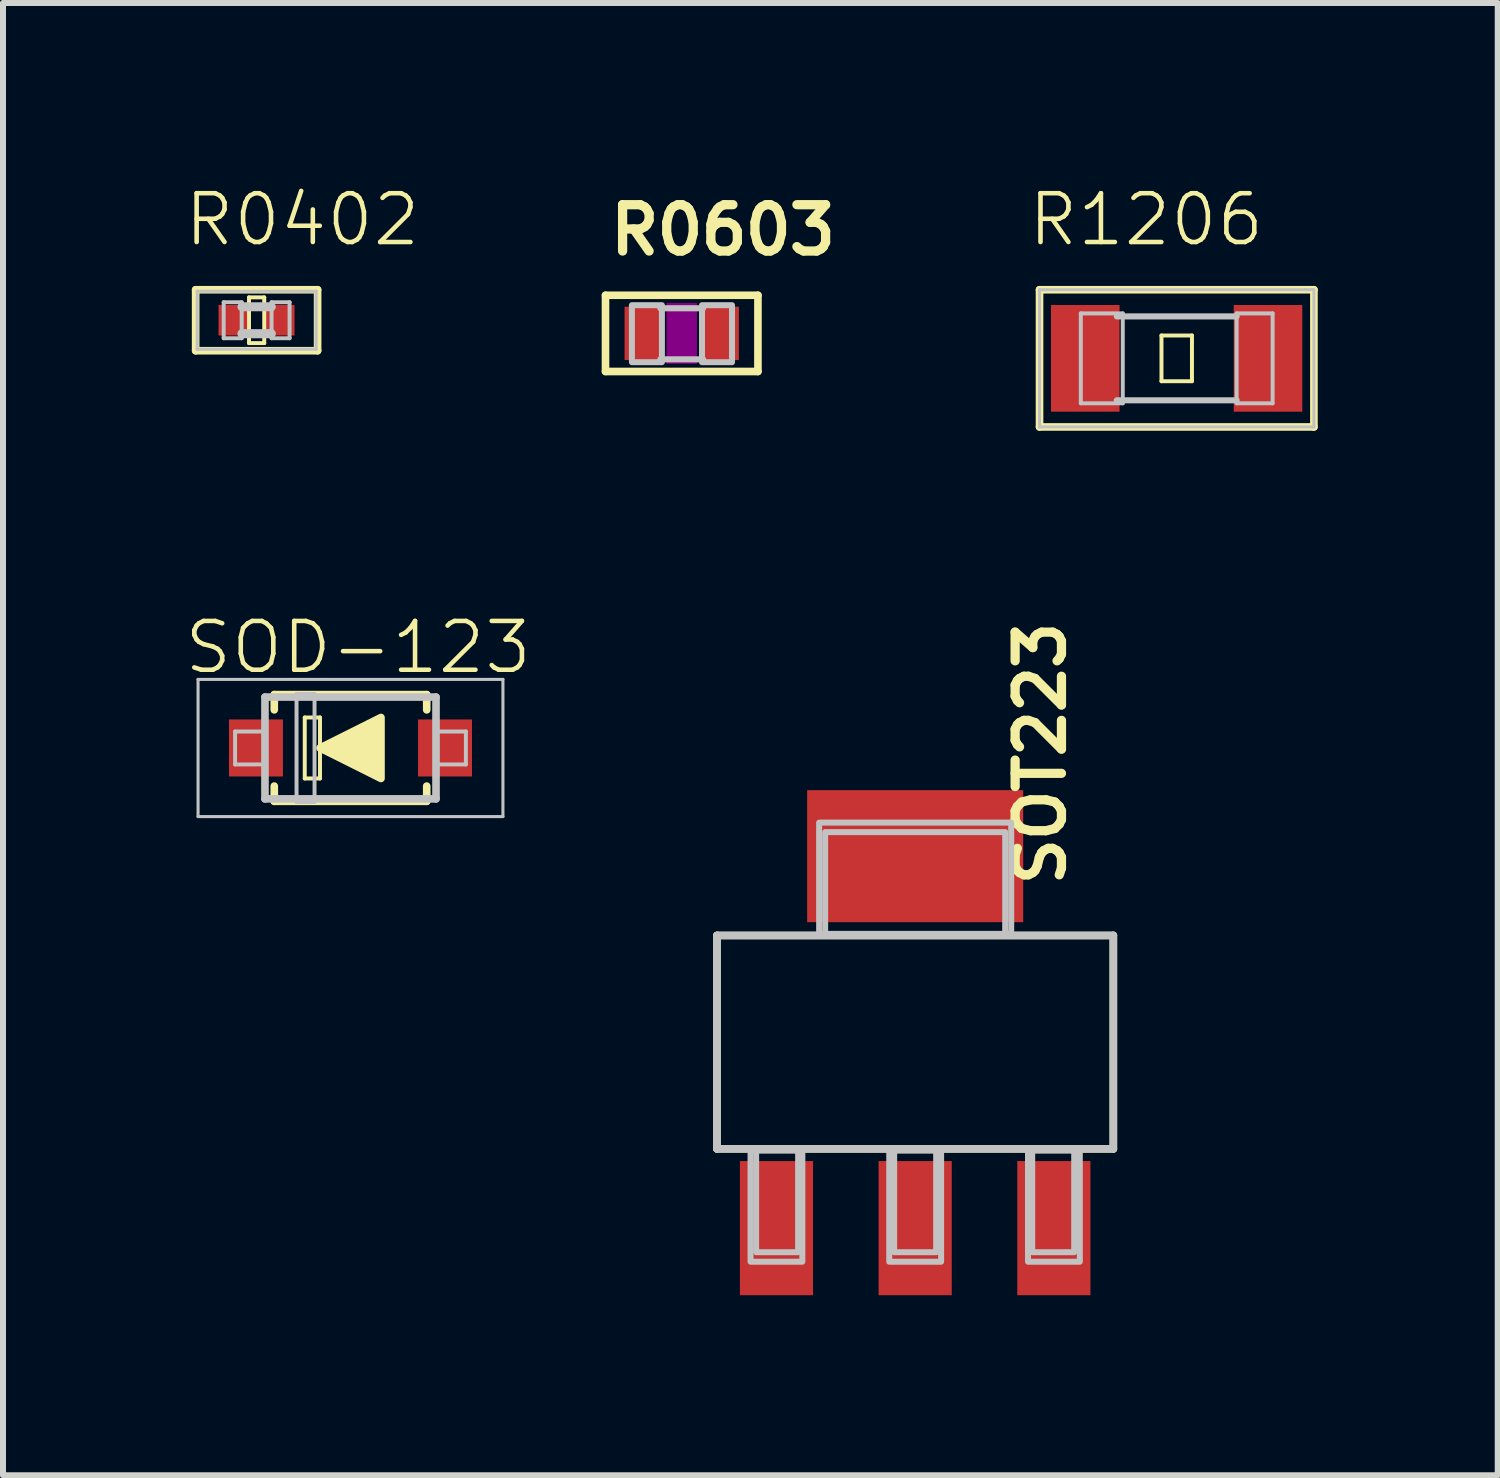
<source format=kicad_pcb>
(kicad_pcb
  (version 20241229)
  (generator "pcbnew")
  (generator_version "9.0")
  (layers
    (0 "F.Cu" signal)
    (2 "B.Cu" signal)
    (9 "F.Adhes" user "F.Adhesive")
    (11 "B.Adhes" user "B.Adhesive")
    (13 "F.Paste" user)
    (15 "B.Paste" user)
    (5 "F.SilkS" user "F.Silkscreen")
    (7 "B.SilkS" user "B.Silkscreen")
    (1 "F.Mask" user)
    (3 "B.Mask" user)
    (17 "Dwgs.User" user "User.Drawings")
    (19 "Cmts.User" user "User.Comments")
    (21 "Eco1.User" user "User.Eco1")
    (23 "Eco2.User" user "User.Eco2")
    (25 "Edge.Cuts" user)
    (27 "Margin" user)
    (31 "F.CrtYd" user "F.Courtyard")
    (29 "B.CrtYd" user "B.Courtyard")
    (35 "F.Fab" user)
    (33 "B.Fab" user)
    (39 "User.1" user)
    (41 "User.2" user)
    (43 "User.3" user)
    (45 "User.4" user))
  (footprint "R0603"
    (layer "F.Cu")
    (at 8.309 2.505)
    (property "Reference" "R0603" (at -1.27 -1.27 0) (layer "F.SilkS") (effects (font (size 0.772 0.772) (thickness 0.154)) (justify left bottom)))
    (attr through_hole)
    (fp_line (start -1.27 -0.635) (end 1.27 -0.635) (stroke (width 0.127) (type solid)) (layer "F.SilkS"))
    (fp_line (start -1.27 0.635) (end -1.27 -0.635) (stroke (width 0.127) (type solid)) (layer "F.SilkS"))
    (fp_line (start 1.27 -0.635) (end 1.27 0.635) (stroke (width 0.127) (type solid)) (layer "F.SilkS"))
    (fp_line (start 1.27 0.635) (end -1.27 0.635) (stroke (width 0.127) (type solid)) (layer "F.SilkS"))
    (fp_poly (pts (xy -0.254 0.508) (xy 0.254 0.508) (xy 0.254 -0.508) (xy -0.254 -0.508)) (stroke (width 0) (type solid)) (fill yes) (layer "F.Adhes"))
    (fp_line (start 0.356 -0.419) (end -0.356 -0.419) (stroke (width 0.102) (type solid)) (layer "Dwgs.User"))
    (fp_line (start 0.356 0.432) (end -0.356 0.432) (stroke (width 0.102) (type solid)) (layer "Dwgs.User"))
    (fp_poly (pts (xy -0.83 0.48) (xy -0.33 0.48) (xy -0.33 -0.47) (xy -0.83 -0.47)) (stroke (width 0.1) (type solid)) (fill no) (layer "Dwgs.User"))
    (fp_poly (pts (xy 0.338 0.48) (xy 0.838 0.48) (xy 0.838 -0.47) (xy 0.338 -0.47)) (stroke (width 0.1) (type solid)) (fill no) (layer "Dwgs.User"))
    (pad "1" smd rect (at -0.635 0 90) (size 0.889 0.635) (layers "F.Cu" "F.Mask" "F.Paste"))
    (pad "2" smd rect (at 0.635 0 90) (size 0.889 0.635) (layers "F.Cu" "F.Mask" "F.Paste")))
  (footprint "R1206"
    (layer "F.Cu")
    (at 16.557 2.921)
    (property "Reference" "R1206" (at -0.508 -2.311 0) (layer "F.SilkS") (effects (font (size 0.813 0.813) (thickness 0.076))))
    (attr smd)
    (fp_line (start -2.286 -1.143) (end -2.286 1.143) (stroke (width 0.127) (type solid)) (layer "F.SilkS"))
    (fp_line (start -2.286 1.143) (end 2.286 1.143) (stroke (width 0.127) (type solid)) (layer "F.SilkS"))
    (fp_line (start -0.254 -0.381) (end 0.254 -0.381) (stroke (width 0.066) (type solid)) (layer "F.SilkS"))
    (fp_line (start -0.254 0.381) (end -0.254 -0.381) (stroke (width 0.066) (type solid)) (layer "F.SilkS"))
    (fp_line (start -0.254 0.381) (end 0.254 0.381) (stroke (width 0.066) (type solid)) (layer "F.SilkS"))
    (fp_line (start 0.254 0.381) (end 0.254 -0.381) (stroke (width 0.066) (type solid)) (layer "F.SilkS"))
    (fp_line (start 2.286 -1.143) (end -2.286 -1.143) (stroke (width 0.127) (type solid)) (layer "F.SilkS"))
    (fp_line (start 2.286 1.143) (end 2.286 -1.143) (stroke (width 0.127) (type solid)) (layer "F.SilkS"))
    (fp_line (start -2.286 -1.143) (end 2.286 -1.143) (stroke (width 0.051) (type solid)) (layer "Dwgs.User"))
    (fp_line (start -2.286 1.143) (end -2.286 -1.143) (stroke (width 0.051) (type solid)) (layer "Dwgs.User"))
    (fp_line (start -1.598 -0.749) (end -0.899 -0.749) (stroke (width 0.066) (type solid)) (layer "Dwgs.User"))
    (fp_line (start -1.598 0.749) (end -1.598 -0.749) (stroke (width 0.066) (type solid)) (layer "Dwgs.User"))
    (fp_line (start -1.598 0.749) (end -0.899 0.749) (stroke (width 0.066) (type solid)) (layer "Dwgs.User"))
    (fp_line (start -0.998 -0.699) (end 0.998 -0.699) (stroke (width 0.102) (type solid)) (layer "Dwgs.User"))
    (fp_line (start -0.998 0.699) (end 0.998 0.699) (stroke (width 0.102) (type solid)) (layer "Dwgs.User"))
    (fp_line (start -0.899 0.749) (end -0.899 -0.749) (stroke (width 0.066) (type solid)) (layer "Dwgs.User"))
    (fp_line (start 0.998 -0.749) (end 1.598 -0.749) (stroke (width 0.066) (type solid)) (layer "Dwgs.User"))
    (fp_line (start 0.998 0.749) (end 0.998 -0.749) (stroke (width 0.066) (type solid)) (layer "Dwgs.User"))
    (fp_line (start 0.998 0.749) (end 1.598 0.749) (stroke (width 0.066) (type solid)) (layer "Dwgs.User"))
    (fp_line (start 1.598 0.749) (end 1.598 -0.749) (stroke (width 0.066) (type solid)) (layer "Dwgs.User"))
    (fp_line (start 2.286 -1.143) (end 2.286 1.143) (stroke (width 0.051) (type solid)) (layer "Dwgs.User"))
    (fp_line (start 2.286 1.143) (end -2.286 1.143) (stroke (width 0.051) (type solid)) (layer "Dwgs.User"))
    (pad "1" smd rect (at -1.524 0) (size 1.143 1.778) (layers "F.Cu" "F.Mask" "F.Paste"))
    (pad "2" smd rect (at 1.521 0) (size 1.143 1.778) (layers "F.Cu" "F.Mask" "F.Paste")))
  (footprint "SOT223"
    (layer "F.Cu")
    (at 12.199 14.315)
    (property "Reference" "SOT223" (at 2.54 -2.54 90) (layer "F.SilkS") (effects (font (size 0.772 0.772) (thickness 0.154)) (justify left bottom)))
    (attr through_hole)
    (fp_line (start -3.302 -1.778) (end 3.302 -1.778) (stroke (width 0.127) (type solid)) (layer "F.SilkS"))
    (fp_line (start -3.302 1.778) (end -3.302 -1.778) (stroke (width 0.127) (type solid)) (layer "F.SilkS"))
    (fp_line (start 3.302 -1.778) (end 3.302 1.778) (stroke (width 0.127) (type solid)) (layer "F.SilkS"))
    (fp_line (start 3.302 1.778) (end -3.302 1.778) (stroke (width 0.127) (type solid)) (layer "F.SilkS"))
    (fp_line (start -3.302 -1.778) (end 3.302 -1.778) (stroke (width 0.127) (type solid)) (layer "Dwgs.User"))
    (fp_line (start -3.302 1.778) (end -3.302 -1.778) (stroke (width 0.127) (type solid)) (layer "Dwgs.User"))
    (fp_line (start 3.302 -1.778) (end 3.302 1.778) (stroke (width 0.127) (type solid)) (layer "Dwgs.User"))
    (fp_line (start 3.302 1.778) (end -3.302 1.778) (stroke (width 0.127) (type solid)) (layer "Dwgs.User"))
    (fp_poly (pts (xy -2.743 3.658) (xy -1.88 3.658) (xy -1.88 1.803) (xy -2.743 1.803)) (stroke (width 0.1) (type solid)) (fill no) (layer "Dwgs.User"))
    (fp_poly (pts (xy -2.65 3.5) (xy -1.95 3.5) (xy -1.95 1.803) (xy -2.65 1.803)) (stroke (width 0.1) (type solid)) (fill no) (layer "Dwgs.User"))
    (fp_poly (pts (xy -1.6 -1.803) (xy 1.6 -1.803) (xy 1.6 -3.658) (xy -1.6 -3.658)) (stroke (width 0.1) (type solid)) (fill no) (layer "Dwgs.User"))
    (fp_poly (pts (xy -1.5 -1.803) (xy 1.5 -1.803) (xy 1.5 -3.5) (xy -1.5 -3.5)) (stroke (width 0.1) (type solid)) (fill no) (layer "Dwgs.User"))
    (fp_poly (pts (xy -0.432 3.658) (xy 0.432 3.658) (xy 0.432 1.803) (xy -0.432 1.803)) (stroke (width 0.1) (type solid)) (fill no) (layer "Dwgs.User"))
    (fp_poly (pts (xy -0.35 3.5) (xy 0.35 3.5) (xy 0.35 1.803) (xy -0.35 1.803)) (stroke (width 0.1) (type solid)) (fill no) (layer "Dwgs.User"))
    (fp_poly (pts (xy 1.88 3.658) (xy 2.743 3.658) (xy 2.743 1.803) (xy 1.88 1.803)) (stroke (width 0.1) (type solid)) (fill no) (layer "Dwgs.User"))
    (fp_poly (pts (xy 1.95 3.5) (xy 2.65 3.5) (xy 2.65 1.803) (xy 1.95 1.803)) (stroke (width 0.1) (type solid)) (fill no) (layer "Dwgs.User"))
    (pad "1" smd rect (at -2.311 3.099) (size 1.219 2.235) (layers "F.Cu" "F.Mask" "F.Paste"))
    (pad "2" smd rect (at 0 3.099) (size 1.219 2.235) (layers "F.Cu" "F.Mask" "F.Paste"))
    (pad "3" smd rect (at 2.311 3.099) (size 1.219 2.235) (layers "F.Cu" "F.Mask" "F.Paste"))
    (pad "PAD" smd rect (at 0 -3.099) (size 3.6 2.2) (layers "F.Cu" "F.Mask" "F.Paste")))
  (footprint "R0402"
    (layer "F.Cu")
    (at 1.226 2.286)
    (property "Reference" "R0402" (at 0.762 -1.676 0) (layer "F.SilkS") (effects (font (size 0.813 0.813) (thickness 0.076))))
    (attr smd)
    (fp_line (start -1.016 -0.508) (end -1.016 0.508) (stroke (width 0.127) (type solid)) (layer "F.SilkS"))
    (fp_line (start -1.016 0.508) (end 1.016 0.508) (stroke (width 0.127) (type solid)) (layer "F.SilkS"))
    (fp_line (start -0.127 -0.381) (end 0.127 -0.381) (stroke (width 0.066) (type solid)) (layer "F.SilkS"))
    (fp_line (start -0.127 0.381) (end -0.127 -0.381) (stroke (width 0.066) (type solid)) (layer "F.SilkS"))
    (fp_line (start -0.127 0.381) (end 0.127 0.381) (stroke (width 0.066) (type solid)) (layer "F.SilkS"))
    (fp_line (start 0.127 0.381) (end 0.127 -0.381) (stroke (width 0.066) (type solid)) (layer "F.SilkS"))
    (fp_line (start 1.016 -0.508) (end -1.016 -0.508) (stroke (width 0.127) (type solid)) (layer "F.SilkS"))
    (fp_line (start 1.016 0.508) (end 1.016 -0.508) (stroke (width 0.127) (type solid)) (layer "F.SilkS"))
    (fp_line (start -0.991 -0.483) (end 0.991 -0.483) (stroke (width 0.051) (type solid)) (layer "Dwgs.User"))
    (fp_line (start -0.991 0.483) (end -0.991 -0.483) (stroke (width 0.051) (type solid)) (layer "Dwgs.User"))
    (fp_line (start -0.549 -0.3) (end -0.249 -0.3) (stroke (width 0.066) (type solid)) (layer "Dwgs.User"))
    (fp_line (start -0.549 0.3) (end -0.549 -0.3) (stroke (width 0.066) (type solid)) (layer "Dwgs.User"))
    (fp_line (start -0.549 0.3) (end -0.249 0.3) (stroke (width 0.066) (type solid)) (layer "Dwgs.User"))
    (fp_line (start -0.249 0.3) (end -0.249 -0.3) (stroke (width 0.066) (type solid)) (layer "Dwgs.User"))
    (fp_line (start -0.244 -0.224) (end 0.244 -0.224) (stroke (width 0.15) (type solid)) (layer "Dwgs.User"))
    (fp_line (start 0.244 0.224) (end -0.244 0.224) (stroke (width 0.152) (type solid)) (layer "Dwgs.User"))
    (fp_line (start 0.249 -0.3) (end 0.549 -0.3) (stroke (width 0.066) (type solid)) (layer "Dwgs.User"))
    (fp_line (start 0.249 0.3) (end 0.249 -0.3) (stroke (width 0.066) (type solid)) (layer "Dwgs.User"))
    (fp_line (start 0.249 0.3) (end 0.549 0.3) (stroke (width 0.066) (type solid)) (layer "Dwgs.User"))
    (fp_line (start 0.549 0.3) (end 0.549 -0.3) (stroke (width 0.066) (type solid)) (layer "Dwgs.User"))
    (fp_line (start 0.991 -0.483) (end 0.991 0.483) (stroke (width 0.051) (type solid)) (layer "Dwgs.User"))
    (fp_line (start 0.991 0.483) (end -0.991 0.483) (stroke (width 0.051) (type solid)) (layer "Dwgs.User"))
    (pad "1" smd rect (at -0.381 0) (size 0.508 0.508) (layers "F.Cu" "F.Mask" "F.Paste"))
    (pad "2" smd rect (at 0.378 0) (size 0.508 0.508) (layers "F.Cu" "F.Mask" "F.Paste")))
  (footprint "SOD-123"
    (layer "F.Cu")
    (at 2.79 9.413)
    (property "Reference" "SOD-123" (at 0.127 -1.676 0) (layer "F.SilkS") (effects (font (size 0.813 0.813) (thickness 0.076))))
    (attr smd)
    (fp_line (start -1.27 -0.889) (end 1.27 -0.889) (stroke (width 0.127) (type solid)) (layer "F.SilkS"))
    (fp_line (start -1.27 -0.635) (end -1.27 -0.889) (stroke (width 0.127) (type solid)) (layer "F.SilkS"))
    (fp_line (start -1.27 0.889) (end -1.27 0.635) (stroke (width 0.127) (type solid)) (layer "F.SilkS"))
    (fp_line (start -0.762 -0.508) (end -0.508 -0.508) (stroke (width 0.066) (type solid)) (layer "F.SilkS"))
    (fp_line (start -0.762 0.508) (end -0.762 -0.508) (stroke (width 0.066) (type solid)) (layer "F.SilkS"))
    (fp_line (start -0.762 0.508) (end -0.508 0.508) (stroke (width 0.066) (type solid)) (layer "F.SilkS"))
    (fp_line (start -0.508 0.508) (end -0.508 -0.508) (stroke (width 0.066) (type solid)) (layer "F.SilkS"))
    (fp_line (start 1.27 -0.889) (end 1.27 -0.635) (stroke (width 0.127) (type solid)) (layer "F.SilkS"))
    (fp_line (start 1.27 0.889) (end -1.27 0.889) (stroke (width 0.127) (type solid)) (layer "F.SilkS"))
    (fp_line (start 1.27 0.889) (end 1.27 0.635) (stroke (width 0.127) (type solid)) (layer "F.SilkS"))
    (fp_poly (pts (xy 0.508 -0.508) (xy 0.508 0.508) (xy -0.508 0) (xy 0.508 -0.508)) (stroke (width 0.127) (type solid)) (fill yes) (layer "F.SilkS"))
    (fp_line (start -2.54 -1.143) (end 2.54 -1.143) (stroke (width 0.051) (type solid)) (layer "Dwgs.User"))
    (fp_line (start -2.54 1.143) (end -2.54 -1.143) (stroke (width 0.051) (type solid)) (layer "Dwgs.User"))
    (fp_line (start -1.923 -0.274) (end -1.425 -0.274) (stroke (width 0.066) (type solid)) (layer "Dwgs.User"))
    (fp_line (start -1.923 0.274) (end -1.923 -0.274) (stroke (width 0.066) (type solid)) (layer "Dwgs.User"))
    (fp_line (start -1.923 0.274) (end -1.425 0.274) (stroke (width 0.066) (type solid)) (layer "Dwgs.User"))
    (fp_line (start -1.425 -0.848) (end 1.425 -0.848) (stroke (width 0.127) (type solid)) (layer "Dwgs.User"))
    (fp_line (start -1.425 0.274) (end -1.425 -0.274) (stroke (width 0.066) (type solid)) (layer "Dwgs.User"))
    (fp_line (start -1.425 0.848) (end -1.425 -0.848) (stroke (width 0.127) (type solid)) (layer "Dwgs.User"))
    (fp_line (start -0.899 -0.899) (end -0.599 -0.899) (stroke (width 0.066) (type solid)) (layer "Dwgs.User"))
    (fp_line (start -0.899 0.899) (end -0.899 -0.899) (stroke (width 0.066) (type solid)) (layer "Dwgs.User"))
    (fp_line (start -0.899 0.899) (end -0.599 0.899) (stroke (width 0.066) (type solid)) (layer "Dwgs.User"))
    (fp_line (start -0.599 0.899) (end -0.599 -0.899) (stroke (width 0.066) (type solid)) (layer "Dwgs.User"))
    (fp_line (start 1.425 -0.848) (end 1.425 0.848) (stroke (width 0.127) (type solid)) (layer "Dwgs.User"))
    (fp_line (start 1.425 -0.274) (end 1.923 -0.274) (stroke (width 0.066) (type solid)) (layer "Dwgs.User"))
    (fp_line (start 1.425 0.274) (end 1.425 -0.274) (stroke (width 0.066) (type solid)) (layer "Dwgs.User"))
    (fp_line (start 1.425 0.274) (end 1.923 0.274) (stroke (width 0.066) (type solid)) (layer "Dwgs.User"))
    (fp_line (start 1.425 0.848) (end -1.425 0.848) (stroke (width 0.127) (type solid)) (layer "Dwgs.User"))
    (fp_line (start 1.923 0.274) (end 1.923 -0.274) (stroke (width 0.066) (type solid)) (layer "Dwgs.User"))
    (fp_line (start 2.54 -1.143) (end 2.54 1.143) (stroke (width 0.051) (type solid)) (layer "Dwgs.User"))
    (fp_line (start 2.54 1.143) (end -2.54 1.143) (stroke (width 0.051) (type solid)) (layer "Dwgs.User"))
    (pad "A" smd rect (at 1.575 0) (size 0.899 0.95) (layers "F.Cu" "F.Mask" "F.Paste"))
    (pad "C" smd rect (at -1.575 0 180) (size 0.899 0.95) (layers "F.Cu" "F.Mask" "F.Paste")))
  (gr_rect
    (start -3 -3)
    (end 21.906 21.531)
    (stroke (width 0.1) (type default))
    (fill no)
    (layer "Edge.Cuts")))
</source>
